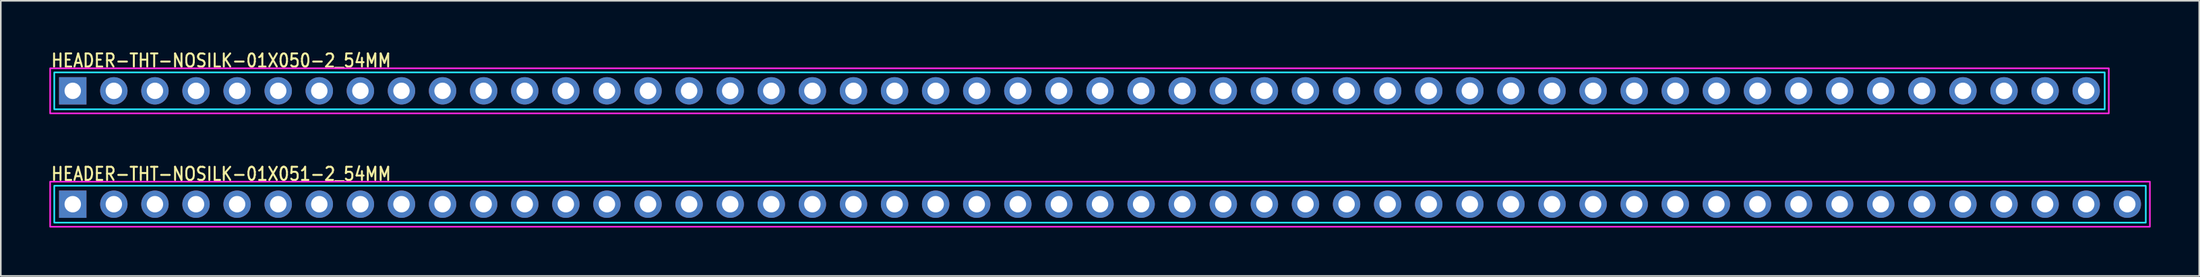
<source format=kicad_pcb>
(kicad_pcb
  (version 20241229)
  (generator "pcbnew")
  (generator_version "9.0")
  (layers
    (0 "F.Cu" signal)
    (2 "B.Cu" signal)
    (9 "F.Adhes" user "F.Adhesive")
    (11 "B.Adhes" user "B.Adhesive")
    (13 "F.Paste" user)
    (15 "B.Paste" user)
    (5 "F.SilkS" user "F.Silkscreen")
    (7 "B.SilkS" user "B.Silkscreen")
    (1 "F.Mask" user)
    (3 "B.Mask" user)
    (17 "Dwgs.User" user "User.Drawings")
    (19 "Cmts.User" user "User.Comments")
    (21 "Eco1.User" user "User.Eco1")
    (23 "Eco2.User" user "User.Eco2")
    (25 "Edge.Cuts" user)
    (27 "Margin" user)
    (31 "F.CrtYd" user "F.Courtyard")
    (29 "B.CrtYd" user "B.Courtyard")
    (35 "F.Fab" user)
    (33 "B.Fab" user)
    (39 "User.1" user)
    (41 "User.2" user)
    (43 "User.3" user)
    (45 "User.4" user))
  (footprint "HEADER-THT-NOSILK-01X051-2_54MM"
    (layer "F.Cu")
    (at 1.447 9.604)
    (property "Reference" "HEADER-THT-NOSILK-01X051-2_54MM" (at -1.4 -1.4 0) (unlocked yes) (layer "F.SilkS") (effects (font (size 0.813 0.695) (thickness 0.122)) (justify left bottom)))
    (fp_poly (pts (xy -1.143 -1.143) (xy 128.143 -1.143) (xy 128.143 1.143) (xy -1.143 1.143)) (stroke (width 0.1) (type solid)) (fill no) (layer "B.CrtYd"))
    (fp_poly (pts (xy -1.397 -1.397) (xy 128.397 -1.397) (xy 128.397 1.397) (xy -1.397 1.397)) (stroke (width 0.1) (type solid)) (fill no) (layer "F.CrtYd"))
    (pad "P$1" thru_hole rect (at 0 0) (size 1.693 1.693) (drill 1.016) (layers "*.Cu" "*.Mask"))
    (pad "P$2" thru_hole oval (at 2.54 0) (size 1.693 1.693) (drill 1.016) (layers "*.Cu" "*.Mask"))
    (pad "P$3" thru_hole oval (at 5.08 0) (size 1.693 1.693) (drill 1.016) (layers "*.Cu" "*.Mask"))
    (pad "P$4" thru_hole oval (at 7.62 0) (size 1.693 1.693) (drill 1.016) (layers "*.Cu" "*.Mask"))
    (pad "P$5" thru_hole oval (at 10.16 0) (size 1.693 1.693) (drill 1.016) (layers "*.Cu" "*.Mask"))
    (pad "P$6" thru_hole oval (at 12.7 0) (size 1.693 1.693) (drill 1.016) (layers "*.Cu" "*.Mask"))
    (pad "P$7" thru_hole oval (at 15.24 0) (size 1.693 1.693) (drill 1.016) (layers "*.Cu" "*.Mask"))
    (pad "P$8" thru_hole oval (at 17.78 0) (size 1.693 1.693) (drill 1.016) (layers "*.Cu" "*.Mask"))
    (pad "P$9" thru_hole oval (at 20.32 0) (size 1.693 1.693) (drill 1.016) (layers "*.Cu" "*.Mask"))
    (pad "P$10" thru_hole oval (at 22.86 0) (size 1.693 1.693) (drill 1.016) (layers "*.Cu" "*.Mask"))
    (pad "P$11" thru_hole oval (at 25.4 0) (size 1.693 1.693) (drill 1.016) (layers "*.Cu" "*.Mask"))
    (pad "P$12" thru_hole oval (at 27.94 0) (size 1.693 1.693) (drill 1.016) (layers "*.Cu" "*.Mask"))
    (pad "P$13" thru_hole oval (at 30.48 0) (size 1.693 1.693) (drill 1.016) (layers "*.Cu" "*.Mask"))
    (pad "P$14" thru_hole oval (at 33.02 0) (size 1.693 1.693) (drill 1.016) (layers "*.Cu" "*.Mask"))
    (pad "P$15" thru_hole oval (at 35.56 0) (size 1.693 1.693) (drill 1.016) (layers "*.Cu" "*.Mask"))
    (pad "P$16" thru_hole oval (at 38.1 0) (size 1.693 1.693) (drill 1.016) (layers "*.Cu" "*.Mask"))
    (pad "P$17" thru_hole oval (at 40.64 0) (size 1.693 1.693) (drill 1.016) (layers "*.Cu" "*.Mask"))
    (pad "P$18" thru_hole oval (at 43.18 0) (size 1.693 1.693) (drill 1.016) (layers "*.Cu" "*.Mask"))
    (pad "P$19" thru_hole oval (at 45.72 0) (size 1.693 1.693) (drill 1.016) (layers "*.Cu" "*.Mask"))
    (pad "P$20" thru_hole oval (at 48.26 0) (size 1.693 1.693) (drill 1.016) (layers "*.Cu" "*.Mask"))
    (pad "P$21" thru_hole oval (at 50.8 0) (size 1.693 1.693) (drill 1.016) (layers "*.Cu" "*.Mask"))
    (pad "P$22" thru_hole oval (at 53.34 0) (size 1.693 1.693) (drill 1.016) (layers "*.Cu" "*.Mask"))
    (pad "P$23" thru_hole oval (at 55.88 0) (size 1.693 1.693) (drill 1.016) (layers "*.Cu" "*.Mask"))
    (pad "P$24" thru_hole oval (at 58.42 0) (size 1.693 1.693) (drill 1.016) (layers "*.Cu" "*.Mask"))
    (pad "P$25" thru_hole oval (at 60.96 0) (size 1.693 1.693) (drill 1.016) (layers "*.Cu" "*.Mask"))
    (pad "P$26" thru_hole oval (at 63.5 0) (size 1.693 1.693) (drill 1.016) (layers "*.Cu" "*.Mask"))
    (pad "P$27" thru_hole oval (at 66.04 0) (size 1.693 1.693) (drill 1.016) (layers "*.Cu" "*.Mask"))
    (pad "P$28" thru_hole oval (at 68.58 0) (size 1.693 1.693) (drill 1.016) (layers "*.Cu" "*.Mask"))
    (pad "P$29" thru_hole oval (at 71.12 0) (size 1.693 1.693) (drill 1.016) (layers "*.Cu" "*.Mask"))
    (pad "P$30" thru_hole oval (at 73.66 0) (size 1.693 1.693) (drill 1.016) (layers "*.Cu" "*.Mask"))
    (pad "P$31" thru_hole oval (at 76.2 0) (size 1.693 1.693) (drill 1.016) (layers "*.Cu" "*.Mask"))
    (pad "P$32" thru_hole oval (at 78.74 0) (size 1.693 1.693) (drill 1.016) (layers "*.Cu" "*.Mask"))
    (pad "P$33" thru_hole oval (at 81.28 0) (size 1.693 1.693) (drill 1.016) (layers "*.Cu" "*.Mask"))
    (pad "P$34" thru_hole oval (at 83.82 0) (size 1.693 1.693) (drill 1.016) (layers "*.Cu" "*.Mask"))
    (pad "P$35" thru_hole oval (at 86.36 0) (size 1.693 1.693) (drill 1.016) (layers "*.Cu" "*.Mask"))
    (pad "P$36" thru_hole oval (at 88.9 0) (size 1.693 1.693) (drill 1.016) (layers "*.Cu" "*.Mask"))
    (pad "P$37" thru_hole oval (at 91.44 0) (size 1.693 1.693) (drill 1.016) (layers "*.Cu" "*.Mask"))
    (pad "P$38" thru_hole oval (at 93.98 0) (size 1.693 1.693) (drill 1.016) (layers "*.Cu" "*.Mask"))
    (pad "P$39" thru_hole oval (at 96.52 0) (size 1.693 1.693) (drill 1.016) (layers "*.Cu" "*.Mask"))
    (pad "P$40" thru_hole oval (at 99.06 0) (size 1.693 1.693) (drill 1.016) (layers "*.Cu" "*.Mask"))
    (pad "P$41" thru_hole oval (at 101.6 0) (size 1.693 1.693) (drill 1.016) (layers "*.Cu" "*.Mask"))
    (pad "P$42" thru_hole oval (at 104.14 0) (size 1.693 1.693) (drill 1.016) (layers "*.Cu" "*.Mask"))
    (pad "P$43" thru_hole oval (at 106.68 0) (size 1.693 1.693) (drill 1.016) (layers "*.Cu" "*.Mask"))
    (pad "P$44" thru_hole oval (at 109.22 0) (size 1.693 1.693) (drill 1.016) (layers "*.Cu" "*.Mask"))
    (pad "P$45" thru_hole oval (at 111.76 0) (size 1.693 1.693) (drill 1.016) (layers "*.Cu" "*.Mask"))
    (pad "P$46" thru_hole oval (at 114.3 0) (size 1.693 1.693) (drill 1.016) (layers "*.Cu" "*.Mask"))
    (pad "P$47" thru_hole oval (at 116.84 0) (size 1.693 1.693) (drill 1.016) (layers "*.Cu" "*.Mask"))
    (pad "P$48" thru_hole oval (at 119.38 0) (size 1.693 1.693) (drill 1.016) (layers "*.Cu" "*.Mask"))
    (pad "P$49" thru_hole oval (at 121.92 0) (size 1.693 1.693) (drill 1.016) (layers "*.Cu" "*.Mask"))
    (pad "P$50" thru_hole oval (at 124.46 0) (size 1.693 1.693) (drill 1.016) (layers "*.Cu" "*.Mask"))
    (pad "P$51" thru_hole oval (at 127 0) (size 1.693 1.693) (drill 1.016) (layers "*.Cu" "*.Mask")))
  (footprint "HEADER-THT-NOSILK-01X050-2_54MM"
    (layer "F.Cu")
    (at 1.447 2.579)
    (property "Reference" "HEADER-THT-NOSILK-01X050-2_54MM" (at -1.4 -1.4 0) (unlocked yes) (layer "F.SilkS") (effects (font (size 0.813 0.695) (thickness 0.122)) (justify left bottom)))
    (fp_poly (pts (xy -1.143 -1.143) (xy 125.603 -1.143) (xy 125.603 1.143) (xy -1.143 1.143)) (stroke (width 0.1) (type solid)) (fill no) (layer "B.CrtYd"))
    (fp_poly (pts (xy -1.397 -1.397) (xy 125.857 -1.397) (xy 125.857 1.397) (xy -1.397 1.397)) (stroke (width 0.1) (type solid)) (fill no) (layer "F.CrtYd"))
    (pad "P$1" thru_hole rect (at 0 0) (size 1.693 1.693) (drill 1.016) (layers "*.Cu" "*.Mask"))
    (pad "P$2" thru_hole oval (at 2.54 0) (size 1.693 1.693) (drill 1.016) (layers "*.Cu" "*.Mask"))
    (pad "P$3" thru_hole oval (at 5.08 0) (size 1.693 1.693) (drill 1.016) (layers "*.Cu" "*.Mask"))
    (pad "P$4" thru_hole oval (at 7.62 0) (size 1.693 1.693) (drill 1.016) (layers "*.Cu" "*.Mask"))
    (pad "P$5" thru_hole oval (at 10.16 0) (size 1.693 1.693) (drill 1.016) (layers "*.Cu" "*.Mask"))
    (pad "P$6" thru_hole oval (at 12.7 0) (size 1.693 1.693) (drill 1.016) (layers "*.Cu" "*.Mask"))
    (pad "P$7" thru_hole oval (at 15.24 0) (size 1.693 1.693) (drill 1.016) (layers "*.Cu" "*.Mask"))
    (pad "P$8" thru_hole oval (at 17.78 0) (size 1.693 1.693) (drill 1.016) (layers "*.Cu" "*.Mask"))
    (pad "P$9" thru_hole oval (at 20.32 0) (size 1.693 1.693) (drill 1.016) (layers "*.Cu" "*.Mask"))
    (pad "P$10" thru_hole oval (at 22.86 0) (size 1.693 1.693) (drill 1.016) (layers "*.Cu" "*.Mask"))
    (pad "P$11" thru_hole oval (at 25.4 0) (size 1.693 1.693) (drill 1.016) (layers "*.Cu" "*.Mask"))
    (pad "P$12" thru_hole oval (at 27.94 0) (size 1.693 1.693) (drill 1.016) (layers "*.Cu" "*.Mask"))
    (pad "P$13" thru_hole oval (at 30.48 0) (size 1.693 1.693) (drill 1.016) (layers "*.Cu" "*.Mask"))
    (pad "P$14" thru_hole oval (at 33.02 0) (size 1.693 1.693) (drill 1.016) (layers "*.Cu" "*.Mask"))
    (pad "P$15" thru_hole oval (at 35.56 0) (size 1.693 1.693) (drill 1.016) (layers "*.Cu" "*.Mask"))
    (pad "P$16" thru_hole oval (at 38.1 0) (size 1.693 1.693) (drill 1.016) (layers "*.Cu" "*.Mask"))
    (pad "P$17" thru_hole oval (at 40.64 0) (size 1.693 1.693) (drill 1.016) (layers "*.Cu" "*.Mask"))
    (pad "P$18" thru_hole oval (at 43.18 0) (size 1.693 1.693) (drill 1.016) (layers "*.Cu" "*.Mask"))
    (pad "P$19" thru_hole oval (at 45.72 0) (size 1.693 1.693) (drill 1.016) (layers "*.Cu" "*.Mask"))
    (pad "P$20" thru_hole oval (at 48.26 0) (size 1.693 1.693) (drill 1.016) (layers "*.Cu" "*.Mask"))
    (pad "P$21" thru_hole oval (at 50.8 0) (size 1.693 1.693) (drill 1.016) (layers "*.Cu" "*.Mask"))
    (pad "P$22" thru_hole oval (at 53.34 0) (size 1.693 1.693) (drill 1.016) (layers "*.Cu" "*.Mask"))
    (pad "P$23" thru_hole oval (at 55.88 0) (size 1.693 1.693) (drill 1.016) (layers "*.Cu" "*.Mask"))
    (pad "P$24" thru_hole oval (at 58.42 0) (size 1.693 1.693) (drill 1.016) (layers "*.Cu" "*.Mask"))
    (pad "P$25" thru_hole oval (at 60.96 0) (size 1.693 1.693) (drill 1.016) (layers "*.Cu" "*.Mask"))
    (pad "P$26" thru_hole oval (at 63.5 0) (size 1.693 1.693) (drill 1.016) (layers "*.Cu" "*.Mask"))
    (pad "P$27" thru_hole oval (at 66.04 0) (size 1.693 1.693) (drill 1.016) (layers "*.Cu" "*.Mask"))
    (pad "P$28" thru_hole oval (at 68.58 0) (size 1.693 1.693) (drill 1.016) (layers "*.Cu" "*.Mask"))
    (pad "P$29" thru_hole oval (at 71.12 0) (size 1.693 1.693) (drill 1.016) (layers "*.Cu" "*.Mask"))
    (pad "P$30" thru_hole oval (at 73.66 0) (size 1.693 1.693) (drill 1.016) (layers "*.Cu" "*.Mask"))
    (pad "P$31" thru_hole oval (at 76.2 0) (size 1.693 1.693) (drill 1.016) (layers "*.Cu" "*.Mask"))
    (pad "P$32" thru_hole oval (at 78.74 0) (size 1.693 1.693) (drill 1.016) (layers "*.Cu" "*.Mask"))
    (pad "P$33" thru_hole oval (at 81.28 0) (size 1.693 1.693) (drill 1.016) (layers "*.Cu" "*.Mask"))
    (pad "P$34" thru_hole oval (at 83.82 0) (size 1.693 1.693) (drill 1.016) (layers "*.Cu" "*.Mask"))
    (pad "P$35" thru_hole oval (at 86.36 0) (size 1.693 1.693) (drill 1.016) (layers "*.Cu" "*.Mask"))
    (pad "P$36" thru_hole oval (at 88.9 0) (size 1.693 1.693) (drill 1.016) (layers "*.Cu" "*.Mask"))
    (pad "P$37" thru_hole oval (at 91.44 0) (size 1.693 1.693) (drill 1.016) (layers "*.Cu" "*.Mask"))
    (pad "P$38" thru_hole oval (at 93.98 0) (size 1.693 1.693) (drill 1.016) (layers "*.Cu" "*.Mask"))
    (pad "P$39" thru_hole oval (at 96.52 0) (size 1.693 1.693) (drill 1.016) (layers "*.Cu" "*.Mask"))
    (pad "P$40" thru_hole oval (at 99.06 0) (size 1.693 1.693) (drill 1.016) (layers "*.Cu" "*.Mask"))
    (pad "P$41" thru_hole oval (at 101.6 0) (size 1.693 1.693) (drill 1.016) (layers "*.Cu" "*.Mask"))
    (pad "P$42" thru_hole oval (at 104.14 0) (size 1.693 1.693) (drill 1.016) (layers "*.Cu" "*.Mask"))
    (pad "P$43" thru_hole oval (at 106.68 0) (size 1.693 1.693) (drill 1.016) (layers "*.Cu" "*.Mask"))
    (pad "P$44" thru_hole oval (at 109.22 0) (size 1.693 1.693) (drill 1.016) (layers "*.Cu" "*.Mask"))
    (pad "P$45" thru_hole oval (at 111.76 0) (size 1.693 1.693) (drill 1.016) (layers "*.Cu" "*.Mask"))
    (pad "P$46" thru_hole oval (at 114.3 0) (size 1.693 1.693) (drill 1.016) (layers "*.Cu" "*.Mask"))
    (pad "P$47" thru_hole oval (at 116.84 0) (size 1.693 1.693) (drill 1.016) (layers "*.Cu" "*.Mask"))
    (pad "P$48" thru_hole oval (at 119.38 0) (size 1.693 1.693) (drill 1.016) (layers "*.Cu" "*.Mask"))
    (pad "P$49" thru_hole oval (at 121.92 0) (size 1.693 1.693) (drill 1.016) (layers "*.Cu" "*.Mask"))
    (pad "P$50" thru_hole oval (at 124.46 0) (size 1.693 1.693) (drill 1.016) (layers "*.Cu" "*.Mask")))
  (gr_rect
    (start -3 -3)
    (end 132.894 14.051)
    (stroke (width 0.1) (type default))
    (fill no)
    (layer "Edge.Cuts")))
</source>
